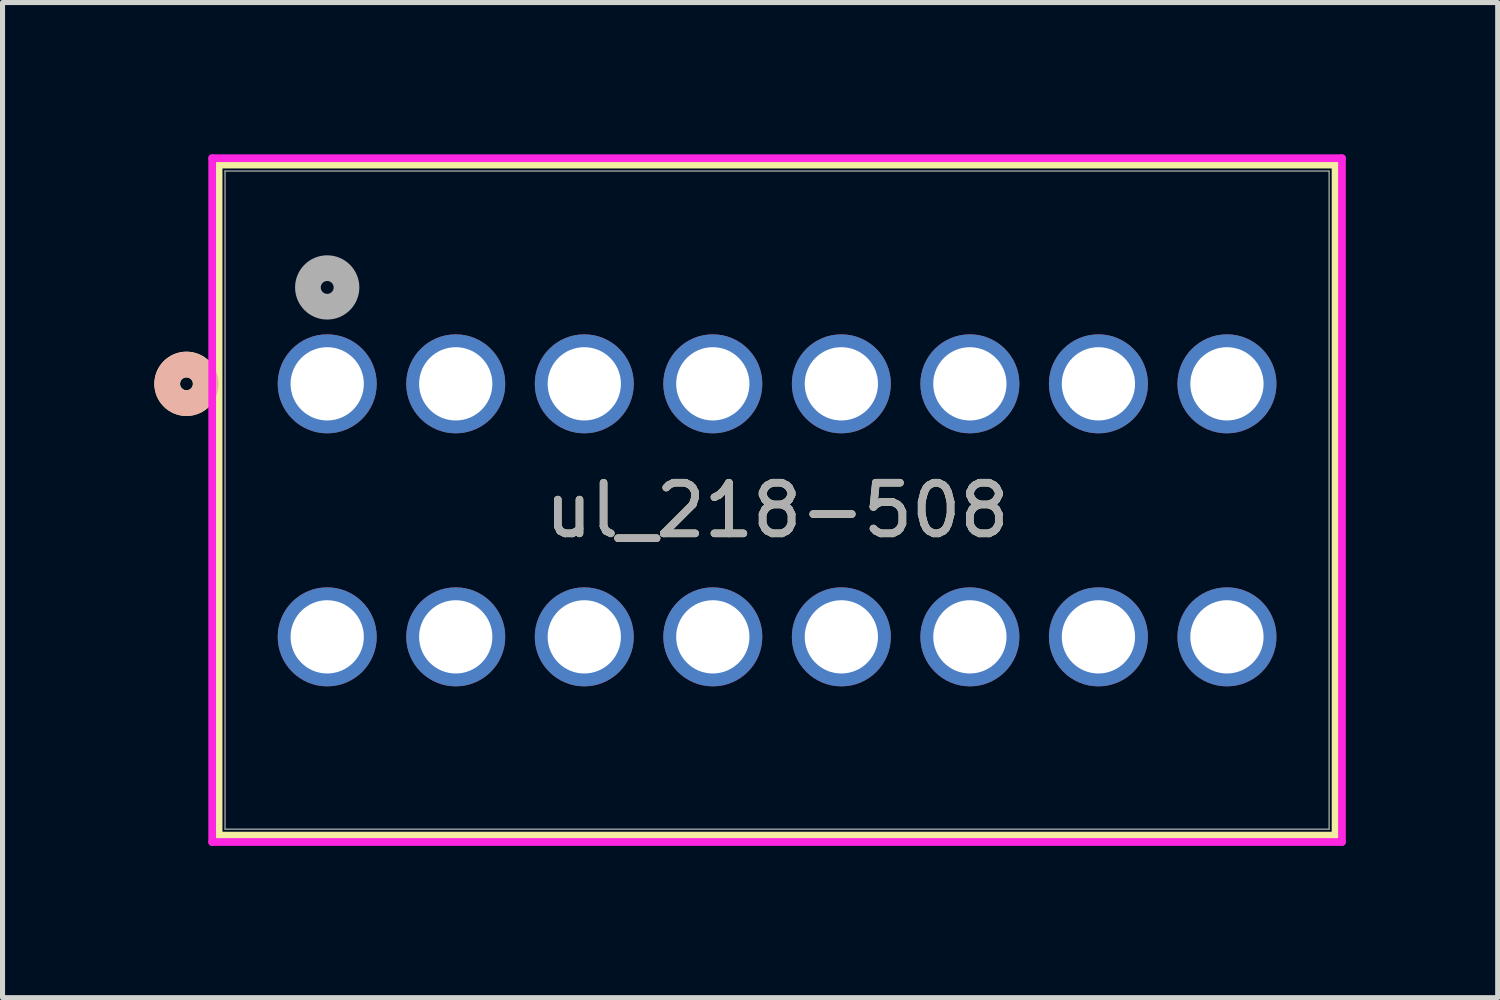
<source format=kicad_pcb>
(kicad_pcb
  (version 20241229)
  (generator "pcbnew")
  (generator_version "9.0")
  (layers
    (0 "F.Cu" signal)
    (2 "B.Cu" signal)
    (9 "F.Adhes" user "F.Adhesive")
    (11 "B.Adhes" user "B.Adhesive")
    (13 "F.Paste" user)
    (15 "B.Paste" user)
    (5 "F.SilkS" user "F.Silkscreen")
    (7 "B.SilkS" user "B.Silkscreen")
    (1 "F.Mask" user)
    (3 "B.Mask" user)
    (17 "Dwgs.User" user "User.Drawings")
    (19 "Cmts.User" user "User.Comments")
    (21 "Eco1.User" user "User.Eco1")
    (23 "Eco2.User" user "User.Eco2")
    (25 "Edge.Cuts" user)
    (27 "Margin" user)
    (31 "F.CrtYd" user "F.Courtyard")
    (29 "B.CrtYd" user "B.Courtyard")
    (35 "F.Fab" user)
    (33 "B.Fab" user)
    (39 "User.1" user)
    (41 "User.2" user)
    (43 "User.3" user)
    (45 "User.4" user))
  (footprint "ul_218-508"
    (layer "F.Cu")
    (at 3.416 4.535)
    (property "Reference" "ul_218-508" (at 8.89 2.5 0) (unlocked yes) (layer "F.SilkS") (effects (font (size 1 1) (thickness 0.15))))
    (attr through_hole)
    (fp_line (start -2.146 -4.332) (end -2.146 8.927) (stroke (width 0.152) (type solid)) (layer "F.SilkS"))
    (fp_line (start -2.146 8.927) (end 19.926 8.927) (stroke (width 0.152) (type solid)) (layer "F.SilkS"))
    (fp_line (start 19.926 -4.332) (end -2.146 -4.332) (stroke (width 0.152) (type solid)) (layer "F.SilkS"))
    (fp_line (start 19.926 8.927) (end 19.926 -4.332) (stroke (width 0.152) (type solid)) (layer "F.SilkS"))
    (fp_circle (center -2.781 0) (end -2.4 0) (stroke (width 0.508) (type solid)) (fill no) (layer "F.SilkS"))
    (fp_circle (center -2.781 0) (end -2.4 0) (stroke (width 0.508) (type solid)) (fill no) (layer "B.SilkS"))
    (fp_line (start -2.273 -4.459) (end -2.273 9.054) (stroke (width 0.152) (type solid)) (layer "F.CrtYd"))
    (fp_line (start -2.273 9.054) (end 20.053 9.054) (stroke (width 0.152) (type solid)) (layer "F.CrtYd"))
    (fp_line (start 20.053 -4.459) (end -2.273 -4.459) (stroke (width 0.152) (type solid)) (layer "F.CrtYd"))
    (fp_line (start 20.053 9.054) (end 20.053 -4.459) (stroke (width 0.152) (type solid)) (layer "F.CrtYd"))
    (fp_line (start -2.019 -4.205) (end -2.019 8.8) (stroke (width 0.025) (type solid)) (layer "F.Fab"))
    (fp_line (start -2.019 8.8) (end 19.799 8.8) (stroke (width 0.025) (type solid)) (layer "F.Fab"))
    (fp_line (start 19.799 -4.205) (end -2.019 -4.205) (stroke (width 0.025) (type solid)) (layer "F.Fab"))
    (fp_line (start 19.799 8.8) (end 19.799 -4.205) (stroke (width 0.025) (type solid)) (layer "F.Fab"))
    (fp_circle (center 0 -1.905) (end 0.381 -1.905) (stroke (width 0.508) (type solid)) (fill no) (layer "F.Fab"))
    (fp_text user "${REFERENCE}" (at 8.89 2.5 0) (unlocked yes) (layer "F.Fab") (effects (font (size 1 1) (thickness 0.15))))
    (pad "1" thru_hole circle (at 0 0) (size 1.956 1.956) (drill 1.448) (layers "*.Cu" "*.Mask"))
    (pad "2" thru_hole circle (at 0 5) (size 1.956 1.956) (drill 1.448) (layers "*.Cu" "*.Mask"))
    (pad "3" thru_hole circle (at 2.54 0) (size 1.956 1.956) (drill 1.448) (layers "*.Cu" "*.Mask"))
    (pad "4" thru_hole circle (at 2.54 5) (size 1.956 1.956) (drill 1.448) (layers "*.Cu" "*.Mask"))
    (pad "5" thru_hole circle (at 5.08 0) (size 1.956 1.956) (drill 1.448) (layers "*.Cu" "*.Mask"))
    (pad "6" thru_hole circle (at 5.08 5) (size 1.956 1.956) (drill 1.448) (layers "*.Cu" "*.Mask"))
    (pad "7" thru_hole circle (at 7.62 0) (size 1.956 1.956) (drill 1.448) (layers "*.Cu" "*.Mask"))
    (pad "8" thru_hole circle (at 7.62 5) (size 1.956 1.956) (drill 1.448) (layers "*.Cu" "*.Mask"))
    (pad "9" thru_hole circle (at 10.16 0) (size 1.956 1.956) (drill 1.448) (layers "*.Cu" "*.Mask"))
    (pad "10" thru_hole circle (at 10.16 5) (size 1.956 1.956) (drill 1.448) (layers "*.Cu" "*.Mask"))
    (pad "11" thru_hole circle (at 12.7 0) (size 1.956 1.956) (drill 1.448) (layers "*.Cu" "*.Mask"))
    (pad "12" thru_hole circle (at 12.7 5) (size 1.956 1.956) (drill 1.448) (layers "*.Cu" "*.Mask"))
    (pad "13" thru_hole circle (at 15.24 0) (size 1.956 1.956) (drill 1.448) (layers "*.Cu" "*.Mask"))
    (pad "14" thru_hole circle (at 15.24 5) (size 1.956 1.956) (drill 1.448) (layers "*.Cu" "*.Mask"))
    (pad "15" thru_hole circle (at 17.78 0) (size 1.956 1.956) (drill 1.448) (layers "*.Cu" "*.Mask"))
    (pad "16" thru_hole circle (at 17.78 5) (size 1.956 1.956) (drill 1.448) (layers "*.Cu" "*.Mask")))
  (gr_rect
    (start -3 -3)
    (end 26.546 16.665)
    (stroke (width 0.1) (type default))
    (fill no)
    (layer "Edge.Cuts")))
</source>
